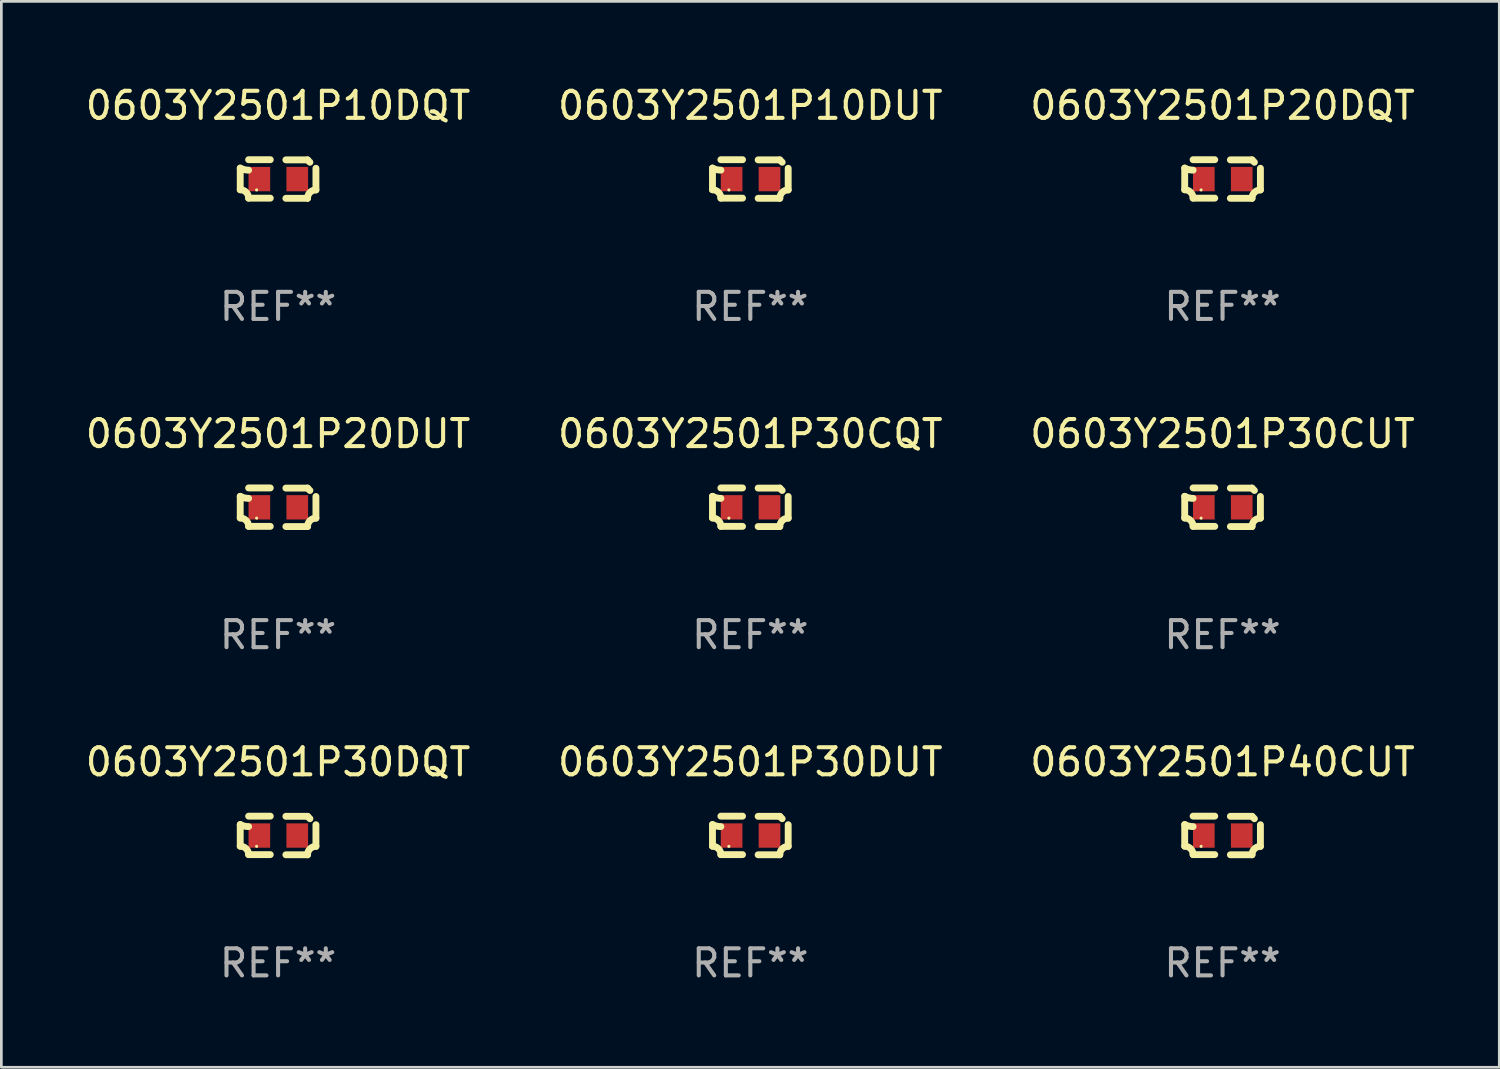
<source format=kicad_pcb>
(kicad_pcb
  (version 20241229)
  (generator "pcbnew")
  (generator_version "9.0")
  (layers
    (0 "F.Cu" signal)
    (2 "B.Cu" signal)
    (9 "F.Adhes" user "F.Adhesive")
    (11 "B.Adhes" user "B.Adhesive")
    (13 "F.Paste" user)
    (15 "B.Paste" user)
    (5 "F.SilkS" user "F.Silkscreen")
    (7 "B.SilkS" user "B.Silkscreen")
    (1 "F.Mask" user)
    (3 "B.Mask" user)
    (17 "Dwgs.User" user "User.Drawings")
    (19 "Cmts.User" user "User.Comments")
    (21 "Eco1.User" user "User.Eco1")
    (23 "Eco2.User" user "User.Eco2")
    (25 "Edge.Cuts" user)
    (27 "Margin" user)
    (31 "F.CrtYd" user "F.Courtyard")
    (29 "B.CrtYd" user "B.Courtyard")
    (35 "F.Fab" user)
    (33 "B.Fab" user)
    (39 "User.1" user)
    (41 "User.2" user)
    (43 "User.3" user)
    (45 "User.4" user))
  (footprint "0603Y2501P30DQT"
    (layer "F.Cu")
    (at 7.22 27.805)
    (property "Reference" "0603Y2501P30DQT" (at 0 -2.713 0) (layer "F.SilkS") (effects (font (size 1 1) (thickness 0.15))))
    (attr through_hole)
    (fp_line (start -1.398 -0.403) (end -1.398 0.397) (stroke (width 0.254) (type solid)) (layer "F.SilkS"))
    (fp_line (start -0.288 -0.713) (end -1.088 -0.713) (stroke (width 0.254) (type solid)) (layer "F.SilkS"))
    (fp_line (start -0.288 0.707) (end -1.088 0.707) (stroke (width 0.254) (type solid)) (layer "F.SilkS"))
    (fp_line (start 0.288 -0.707) (end 1.088 -0.707) (stroke (width 0.254) (type solid)) (layer "F.SilkS"))
    (fp_line (start 0.288 0.713) (end 1.088 0.713) (stroke (width 0.254) (type solid)) (layer "F.SilkS"))
    (fp_line (start 1.398 -0.397) (end 1.398 0.403) (stroke (width 0.254) (type solid)) (layer "F.SilkS"))
    (fp_arc (start -1.397789 0.397066) (mid -1.178701 0.487826) (end -1.08796 0.706922) (stroke (width 0.254001) (type solid)) (layer "F.SilkS"))
    (fp_arc (start -1.08796 -0.327176) (mid -1.247436 -0.346384) (end -1.39779 -0.402908) (stroke (width 0.254001) (type solid)) (layer "F.SilkS"))
    (fp_arc (start 1.087909 0.712738) (mid 1.178656 0.493655) (end 1.397739 0.402908) (stroke (width 0.254001) (type solid)) (layer "F.SilkS"))
    (fp_arc (start 1.175925 -0.618926) (mid 1.131917 -0.662923) (end 1.08791 -0.706922) (stroke (width 0.254001) (type solid)) (layer "F.SilkS"))
    (fp_circle (center -0.792 0.403) (end -0.762 0.403) (stroke (width 0.06) (type solid)) (fill no) (layer "F.SilkS"))
    (fp_text user "REF**" (at 0 4.713 0) (layer "F.Fab") (effects (font (size 1 1) (thickness 0.15))))
    (pad "1" smd rect (at -0.692 0.003) (size 0.8 0.9) (layers "F.Cu" "F.Mask" "F.Paste"))
    (pad "2" smd rect (at 0.708 0.003) (size 0.8 0.9) (layers "F.Cu" "F.Mask" "F.Paste")))
  (footprint "0603Y2501P10DUT"
    (layer "F.Cu")
    (at 24.661 3.561)
    (property "Reference" "0603Y2501P10DUT" (at 0 -2.713 0) (layer "F.SilkS") (effects (font (size 1 1) (thickness 0.15))))
    (attr through_hole)
    (fp_line (start -1.398 -0.403) (end -1.398 0.397) (stroke (width 0.254) (type solid)) (layer "F.SilkS"))
    (fp_line (start -0.288 -0.713) (end -1.088 -0.713) (stroke (width 0.254) (type solid)) (layer "F.SilkS"))
    (fp_line (start -0.288 0.707) (end -1.088 0.707) (stroke (width 0.254) (type solid)) (layer "F.SilkS"))
    (fp_line (start 0.288 -0.707) (end 1.088 -0.707) (stroke (width 0.254) (type solid)) (layer "F.SilkS"))
    (fp_line (start 0.288 0.713) (end 1.088 0.713) (stroke (width 0.254) (type solid)) (layer "F.SilkS"))
    (fp_line (start 1.398 -0.397) (end 1.398 0.403) (stroke (width 0.254) (type solid)) (layer "F.SilkS"))
    (fp_arc (start -1.397789 0.397066) (mid -1.178701 0.487826) (end -1.08796 0.706922) (stroke (width 0.254001) (type solid)) (layer "F.SilkS"))
    (fp_arc (start -1.08796 -0.327176) (mid -1.247436 -0.346384) (end -1.39779 -0.402908) (stroke (width 0.254001) (type solid)) (layer "F.SilkS"))
    (fp_arc (start 1.087909 0.712738) (mid 1.178656 0.493655) (end 1.397739 0.402908) (stroke (width 0.254001) (type solid)) (layer "F.SilkS"))
    (fp_arc (start 1.175925 -0.618926) (mid 1.131917 -0.662923) (end 1.08791 -0.706922) (stroke (width 0.254001) (type solid)) (layer "F.SilkS"))
    (fp_circle (center -0.792 0.403) (end -0.762 0.403) (stroke (width 0.06) (type solid)) (fill no) (layer "F.SilkS"))
    (fp_text user "REF**" (at 0 4.713 0) (layer "F.Fab") (effects (font (size 1 1) (thickness 0.15))))
    (pad "1" smd rect (at -0.692 0.003) (size 0.8 0.9) (layers "F.Cu" "F.Mask" "F.Paste"))
    (pad "2" smd rect (at 0.708 0.003) (size 0.8 0.9) (layers "F.Cu" "F.Mask" "F.Paste")))
  (footprint "0603Y2501P10DQT"
    (layer "F.Cu")
    (at 7.22 3.561)
    (property "Reference" "0603Y2501P10DQT" (at 0 -2.713 0) (layer "F.SilkS") (effects (font (size 1 1) (thickness 0.15))))
    (attr through_hole)
    (fp_line (start -1.398 -0.403) (end -1.398 0.397) (stroke (width 0.254) (type solid)) (layer "F.SilkS"))
    (fp_line (start -0.288 -0.713) (end -1.088 -0.713) (stroke (width 0.254) (type solid)) (layer "F.SilkS"))
    (fp_line (start -0.288 0.707) (end -1.088 0.707) (stroke (width 0.254) (type solid)) (layer "F.SilkS"))
    (fp_line (start 0.288 -0.707) (end 1.088 -0.707) (stroke (width 0.254) (type solid)) (layer "F.SilkS"))
    (fp_line (start 0.288 0.713) (end 1.088 0.713) (stroke (width 0.254) (type solid)) (layer "F.SilkS"))
    (fp_line (start 1.398 -0.397) (end 1.398 0.403) (stroke (width 0.254) (type solid)) (layer "F.SilkS"))
    (fp_arc (start -1.397789 0.397066) (mid -1.178701 0.487826) (end -1.08796 0.706922) (stroke (width 0.254001) (type solid)) (layer "F.SilkS"))
    (fp_arc (start -1.08796 -0.327176) (mid -1.247436 -0.346384) (end -1.39779 -0.402908) (stroke (width 0.254001) (type solid)) (layer "F.SilkS"))
    (fp_arc (start 1.087909 0.712738) (mid 1.178656 0.493655) (end 1.397739 0.402908) (stroke (width 0.254001) (type solid)) (layer "F.SilkS"))
    (fp_arc (start 1.175925 -0.618926) (mid 1.131917 -0.662923) (end 1.08791 -0.706922) (stroke (width 0.254001) (type solid)) (layer "F.SilkS"))
    (fp_circle (center -0.792 0.403) (end -0.762 0.403) (stroke (width 0.06) (type solid)) (fill no) (layer "F.SilkS"))
    (fp_text user "REF**" (at 0 4.713 0) (layer "F.Fab") (effects (font (size 1 1) (thickness 0.15))))
    (pad "1" smd rect (at -0.692 0.003) (size 0.8 0.9) (layers "F.Cu" "F.Mask" "F.Paste"))
    (pad "2" smd rect (at 0.708 0.003) (size 0.8 0.9) (layers "F.Cu" "F.Mask" "F.Paste")))
  (footprint "0603Y2501P20DUT"
    (layer "F.Cu")
    (at 7.22 15.683)
    (property "Reference" "0603Y2501P20DUT" (at 0 -2.713 0) (layer "F.SilkS") (effects (font (size 1 1) (thickness 0.15))))
    (attr through_hole)
    (fp_line (start -1.398 -0.403) (end -1.398 0.397) (stroke (width 0.254) (type solid)) (layer "F.SilkS"))
    (fp_line (start -0.288 -0.713) (end -1.088 -0.713) (stroke (width 0.254) (type solid)) (layer "F.SilkS"))
    (fp_line (start -0.288 0.707) (end -1.088 0.707) (stroke (width 0.254) (type solid)) (layer "F.SilkS"))
    (fp_line (start 0.288 -0.707) (end 1.088 -0.707) (stroke (width 0.254) (type solid)) (layer "F.SilkS"))
    (fp_line (start 0.288 0.713) (end 1.088 0.713) (stroke (width 0.254) (type solid)) (layer "F.SilkS"))
    (fp_line (start 1.398 -0.397) (end 1.398 0.403) (stroke (width 0.254) (type solid)) (layer "F.SilkS"))
    (fp_arc (start -1.397789 0.397066) (mid -1.178701 0.487826) (end -1.08796 0.706922) (stroke (width 0.254001) (type solid)) (layer "F.SilkS"))
    (fp_arc (start -1.08796 -0.327176) (mid -1.247436 -0.346384) (end -1.39779 -0.402908) (stroke (width 0.254001) (type solid)) (layer "F.SilkS"))
    (fp_arc (start 1.087909 0.712738) (mid 1.178656 0.493655) (end 1.397739 0.402908) (stroke (width 0.254001) (type solid)) (layer "F.SilkS"))
    (fp_arc (start 1.175925 -0.618926) (mid 1.131917 -0.662923) (end 1.08791 -0.706922) (stroke (width 0.254001) (type solid)) (layer "F.SilkS"))
    (fp_circle (center -0.792 0.403) (end -0.762 0.403) (stroke (width 0.06) (type solid)) (fill no) (layer "F.SilkS"))
    (fp_text user "REF**" (at 0 4.713 0) (layer "F.Fab") (effects (font (size 1 1) (thickness 0.15))))
    (pad "1" smd rect (at -0.692 0.003) (size 0.8 0.9) (layers "F.Cu" "F.Mask" "F.Paste"))
    (pad "2" smd rect (at 0.708 0.003) (size 0.8 0.9) (layers "F.Cu" "F.Mask" "F.Paste")))
  (footprint "0603Y2501P40CUT"
    (layer "F.Cu")
    (at 42.101 27.805)
    (property "Reference" "0603Y2501P40CUT" (at 0 -2.713 0) (layer "F.SilkS") (effects (font (size 1 1) (thickness 0.15))))
    (attr through_hole)
    (fp_line (start -1.398 -0.403) (end -1.398 0.397) (stroke (width 0.254) (type solid)) (layer "F.SilkS"))
    (fp_line (start -0.288 -0.713) (end -1.088 -0.713) (stroke (width 0.254) (type solid)) (layer "F.SilkS"))
    (fp_line (start -0.288 0.707) (end -1.088 0.707) (stroke (width 0.254) (type solid)) (layer "F.SilkS"))
    (fp_line (start 0.288 -0.707) (end 1.088 -0.707) (stroke (width 0.254) (type solid)) (layer "F.SilkS"))
    (fp_line (start 0.288 0.713) (end 1.088 0.713) (stroke (width 0.254) (type solid)) (layer "F.SilkS"))
    (fp_line (start 1.398 -0.397) (end 1.398 0.403) (stroke (width 0.254) (type solid)) (layer "F.SilkS"))
    (fp_arc (start -1.397789 0.397066) (mid -1.178701 0.487826) (end -1.08796 0.706922) (stroke (width 0.254001) (type solid)) (layer "F.SilkS"))
    (fp_arc (start -1.08796 -0.327176) (mid -1.247436 -0.346384) (end -1.39779 -0.402908) (stroke (width 0.254001) (type solid)) (layer "F.SilkS"))
    (fp_arc (start 1.087909 0.712738) (mid 1.178656 0.493655) (end 1.397739 0.402908) (stroke (width 0.254001) (type solid)) (layer "F.SilkS"))
    (fp_arc (start 1.175925 -0.618926) (mid 1.131917 -0.662923) (end 1.08791 -0.706922) (stroke (width 0.254001) (type solid)) (layer "F.SilkS"))
    (fp_circle (center -0.792 0.403) (end -0.762 0.403) (stroke (width 0.06) (type solid)) (fill no) (layer "F.SilkS"))
    (fp_text user "REF**" (at 0 4.713 0) (layer "F.Fab") (effects (font (size 1 1) (thickness 0.15))))
    (pad "1" smd rect (at -0.692 0.003) (size 0.8 0.9) (layers "F.Cu" "F.Mask" "F.Paste"))
    (pad "2" smd rect (at 0.708 0.003) (size 0.8 0.9) (layers "F.Cu" "F.Mask" "F.Paste")))
  (footprint "0603Y2501P20DQT"
    (layer "F.Cu")
    (at 42.101 3.561)
    (property "Reference" "0603Y2501P20DQT" (at 0 -2.713 0) (layer "F.SilkS") (effects (font (size 1 1) (thickness 0.15))))
    (attr through_hole)
    (fp_line (start -1.398 -0.403) (end -1.398 0.397) (stroke (width 0.254) (type solid)) (layer "F.SilkS"))
    (fp_line (start -0.288 -0.713) (end -1.088 -0.713) (stroke (width 0.254) (type solid)) (layer "F.SilkS"))
    (fp_line (start -0.288 0.707) (end -1.088 0.707) (stroke (width 0.254) (type solid)) (layer "F.SilkS"))
    (fp_line (start 0.288 -0.707) (end 1.088 -0.707) (stroke (width 0.254) (type solid)) (layer "F.SilkS"))
    (fp_line (start 0.288 0.713) (end 1.088 0.713) (stroke (width 0.254) (type solid)) (layer "F.SilkS"))
    (fp_line (start 1.398 -0.397) (end 1.398 0.403) (stroke (width 0.254) (type solid)) (layer "F.SilkS"))
    (fp_arc (start -1.397789 0.397066) (mid -1.178701 0.487826) (end -1.08796 0.706922) (stroke (width 0.254001) (type solid)) (layer "F.SilkS"))
    (fp_arc (start -1.08796 -0.327176) (mid -1.247436 -0.346384) (end -1.39779 -0.402908) (stroke (width 0.254001) (type solid)) (layer "F.SilkS"))
    (fp_arc (start 1.087909 0.712738) (mid 1.178656 0.493655) (end 1.397739 0.402908) (stroke (width 0.254001) (type solid)) (layer "F.SilkS"))
    (fp_arc (start 1.175925 -0.618926) (mid 1.131917 -0.662923) (end 1.08791 -0.706922) (stroke (width 0.254001) (type solid)) (layer "F.SilkS"))
    (fp_circle (center -0.792 0.403) (end -0.762 0.403) (stroke (width 0.06) (type solid)) (fill no) (layer "F.SilkS"))
    (fp_text user "REF**" (at 0 4.713 0) (layer "F.Fab") (effects (font (size 1 1) (thickness 0.15))))
    (pad "1" smd rect (at -0.692 0.003) (size 0.8 0.9) (layers "F.Cu" "F.Mask" "F.Paste"))
    (pad "2" smd rect (at 0.708 0.003) (size 0.8 0.9) (layers "F.Cu" "F.Mask" "F.Paste")))
  (footprint "0603Y2501P30DUT"
    (layer "F.Cu")
    (at 24.661 27.805)
    (property "Reference" "0603Y2501P30DUT" (at 0 -2.713 0) (layer "F.SilkS") (effects (font (size 1 1) (thickness 0.15))))
    (attr through_hole)
    (fp_line (start -1.398 -0.403) (end -1.398 0.397) (stroke (width 0.254) (type solid)) (layer "F.SilkS"))
    (fp_line (start -0.288 -0.713) (end -1.088 -0.713) (stroke (width 0.254) (type solid)) (layer "F.SilkS"))
    (fp_line (start -0.288 0.707) (end -1.088 0.707) (stroke (width 0.254) (type solid)) (layer "F.SilkS"))
    (fp_line (start 0.288 -0.707) (end 1.088 -0.707) (stroke (width 0.254) (type solid)) (layer "F.SilkS"))
    (fp_line (start 0.288 0.713) (end 1.088 0.713) (stroke (width 0.254) (type solid)) (layer "F.SilkS"))
    (fp_line (start 1.398 -0.397) (end 1.398 0.403) (stroke (width 0.254) (type solid)) (layer "F.SilkS"))
    (fp_arc (start -1.397789 0.397066) (mid -1.178701 0.487826) (end -1.08796 0.706922) (stroke (width 0.254001) (type solid)) (layer "F.SilkS"))
    (fp_arc (start -1.08796 -0.327176) (mid -1.247436 -0.346384) (end -1.39779 -0.402908) (stroke (width 0.254001) (type solid)) (layer "F.SilkS"))
    (fp_arc (start 1.087909 0.712738) (mid 1.178656 0.493655) (end 1.397739 0.402908) (stroke (width 0.254001) (type solid)) (layer "F.SilkS"))
    (fp_arc (start 1.175925 -0.618926) (mid 1.131917 -0.662923) (end 1.08791 -0.706922) (stroke (width 0.254001) (type solid)) (layer "F.SilkS"))
    (fp_circle (center -0.792 0.403) (end -0.762 0.403) (stroke (width 0.06) (type solid)) (fill no) (layer "F.SilkS"))
    (fp_text user "REF**" (at 0 4.713 0) (layer "F.Fab") (effects (font (size 1 1) (thickness 0.15))))
    (pad "1" smd rect (at -0.692 0.003) (size 0.8 0.9) (layers "F.Cu" "F.Mask" "F.Paste"))
    (pad "2" smd rect (at 0.708 0.003) (size 0.8 0.9) (layers "F.Cu" "F.Mask" "F.Paste")))
  (footprint "0603Y2501P30CUT"
    (layer "F.Cu")
    (at 42.101 15.683)
    (property "Reference" "0603Y2501P30CUT" (at 0 -2.713 0) (layer "F.SilkS") (effects (font (size 1 1) (thickness 0.15))))
    (attr through_hole)
    (fp_line (start -1.398 -0.403) (end -1.398 0.397) (stroke (width 0.254) (type solid)) (layer "F.SilkS"))
    (fp_line (start -0.288 -0.713) (end -1.088 -0.713) (stroke (width 0.254) (type solid)) (layer "F.SilkS"))
    (fp_line (start -0.288 0.707) (end -1.088 0.707) (stroke (width 0.254) (type solid)) (layer "F.SilkS"))
    (fp_line (start 0.288 -0.707) (end 1.088 -0.707) (stroke (width 0.254) (type solid)) (layer "F.SilkS"))
    (fp_line (start 0.288 0.713) (end 1.088 0.713) (stroke (width 0.254) (type solid)) (layer "F.SilkS"))
    (fp_line (start 1.398 -0.397) (end 1.398 0.403) (stroke (width 0.254) (type solid)) (layer "F.SilkS"))
    (fp_arc (start -1.397789 0.397066) (mid -1.178701 0.487826) (end -1.08796 0.706922) (stroke (width 0.254001) (type solid)) (layer "F.SilkS"))
    (fp_arc (start -1.08796 -0.327176) (mid -1.247436 -0.346384) (end -1.39779 -0.402908) (stroke (width 0.254001) (type solid)) (layer "F.SilkS"))
    (fp_arc (start 1.087909 0.712738) (mid 1.178656 0.493655) (end 1.397739 0.402908) (stroke (width 0.254001) (type solid)) (layer "F.SilkS"))
    (fp_arc (start 1.175925 -0.618926) (mid 1.131917 -0.662923) (end 1.08791 -0.706922) (stroke (width 0.254001) (type solid)) (layer "F.SilkS"))
    (fp_circle (center -0.792 0.403) (end -0.762 0.403) (stroke (width 0.06) (type solid)) (fill no) (layer "F.SilkS"))
    (fp_text user "REF**" (at 0 4.713 0) (layer "F.Fab") (effects (font (size 1 1) (thickness 0.15))))
    (pad "1" smd rect (at -0.692 0.003) (size 0.8 0.9) (layers "F.Cu" "F.Mask" "F.Paste"))
    (pad "2" smd rect (at 0.708 0.003) (size 0.8 0.9) (layers "F.Cu" "F.Mask" "F.Paste")))
  (footprint "0603Y2501P30CQT"
    (layer "F.Cu")
    (at 24.661 15.683)
    (property "Reference" "0603Y2501P30CQT" (at 0 -2.713 0) (layer "F.SilkS") (effects (font (size 1 1) (thickness 0.15))))
    (attr through_hole)
    (fp_line (start -1.398 -0.403) (end -1.398 0.397) (stroke (width 0.254) (type solid)) (layer "F.SilkS"))
    (fp_line (start -0.288 -0.713) (end -1.088 -0.713) (stroke (width 0.254) (type solid)) (layer "F.SilkS"))
    (fp_line (start -0.288 0.707) (end -1.088 0.707) (stroke (width 0.254) (type solid)) (layer "F.SilkS"))
    (fp_line (start 0.288 -0.707) (end 1.088 -0.707) (stroke (width 0.254) (type solid)) (layer "F.SilkS"))
    (fp_line (start 0.288 0.713) (end 1.088 0.713) (stroke (width 0.254) (type solid)) (layer "F.SilkS"))
    (fp_line (start 1.398 -0.397) (end 1.398 0.403) (stroke (width 0.254) (type solid)) (layer "F.SilkS"))
    (fp_arc (start -1.397789 0.397066) (mid -1.178701 0.487826) (end -1.08796 0.706922) (stroke (width 0.254001) (type solid)) (layer "F.SilkS"))
    (fp_arc (start -1.08796 -0.327176) (mid -1.247436 -0.346384) (end -1.39779 -0.402908) (stroke (width 0.254001) (type solid)) (layer "F.SilkS"))
    (fp_arc (start 1.087909 0.712738) (mid 1.178656 0.493655) (end 1.397739 0.402908) (stroke (width 0.254001) (type solid)) (layer "F.SilkS"))
    (fp_arc (start 1.175925 -0.618926) (mid 1.131917 -0.662923) (end 1.08791 -0.706922) (stroke (width 0.254001) (type solid)) (layer "F.SilkS"))
    (fp_circle (center -0.792 0.403) (end -0.762 0.403) (stroke (width 0.06) (type solid)) (fill no) (layer "F.SilkS"))
    (fp_text user "REF**" (at 0 4.713 0) (layer "F.Fab") (effects (font (size 1 1) (thickness 0.15))))
    (pad "1" smd rect (at -0.692 0.003) (size 0.8 0.9) (layers "F.Cu" "F.Mask" "F.Paste"))
    (pad "2" smd rect (at 0.708 0.003) (size 0.8 0.9) (layers "F.Cu" "F.Mask" "F.Paste")))
  (gr_rect
    (start -3 -3)
    (end 52.321 36.366)
    (stroke (width 0.1) (type default))
    (fill no)
    (layer "Edge.Cuts")))
</source>
